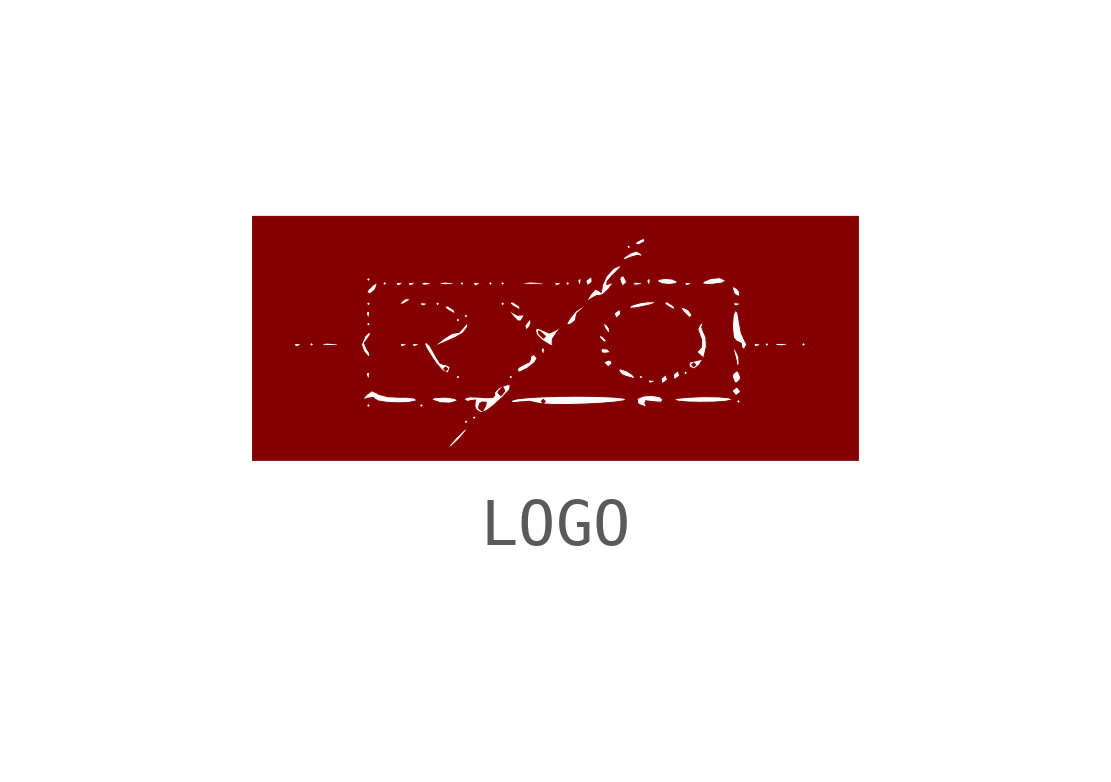
<source format=kicad_sym>
(kicad_symbol_lib
  (version 20220914)
  (generator bitmap2component)
  (symbol "LOGO"
    (pin_names
      (offset 1.016))
    (property "Reference" "#G"
      (at 0 1.905 0)
      (effects (font (size 1.27 1.27)) hide))
    (symbol "LOGO_0_0"
      (polyline (pts (xy 6.35 0) (xy 6.35 2.54) (xy 0.042 2.54) (xy -6.265 2.54) (xy -6.265 1.996) (xy 1.706 1.996) (xy 1.825 2.064) (xy 1.891 2.079) (xy 1.904 2.031) (xy 1.888 2.009) (xy 1.773 1.947) (xy 1.726 1.952) (xy 1.706 1.996) (xy -6.265 1.996) (xy -6.265 1.905) (xy 1.524 1.905) (xy 1.566 1.947) (xy 1.609 1.905) (xy 1.566 1.863) (xy 1.524 1.905) (xy -6.265 1.905) (xy -6.265 1.645) (xy 1.439 1.645) (xy 1.473 1.689) (xy 1.603 1.775) (xy 1.732 1.82) (xy 1.829 1.757) (xy 1.85 1.712) (xy 1.823 1.712) (xy 1.753 1.731) (xy 1.597 1.687) (xy 1.501 1.645) (xy 1.439 1.645) (xy -6.265 1.645) (xy -6.265 1.228) (xy -3.895 1.228) (xy -3.852 1.27) (xy -3.81 1.228) (xy -3.852 1.185) (xy -3.895 1.228) (xy -6.265 1.228) (xy -6.265 0.983) (xy -3.883 0.983) (xy -3.766 1.102) (xy -3.741 1.123) (xy -3.668 1.162) (xy -3.673 1.143) (xy -3.556 1.143) (xy -3.514 1.185) (xy -3.486 1.157) (xy -3.274 1.157) (xy -3.261 1.167) (xy -3.161 1.157) (xy -3.02 1.157) (xy -3.007 1.167) (xy -2.907 1.157) (xy -2.894 1.132) (xy -2.918 1.121) (xy -2.757 1.121) (xy -2.725 1.159) (xy -2.676 1.172) (xy -2.563 1.152) (xy -2.564 1.132) (xy -2.382 1.132) (xy -2.348 1.159) (xy -2.262 1.173) (xy -2.094 1.156) (xy -2.086 1.153) (xy -2.091 1.143) (xy -1.947 1.143) (xy -1.905 1.185) (xy -1.877 1.157) (xy -1.665 1.157) (xy -1.653 1.167) (xy -1.552 1.157) (xy -1.545 1.143) (xy -1.355 1.143) (xy -1.312 1.185) (xy -1.27 1.143) (xy -1.101 1.143) (xy -1.058 1.185) (xy -1.016 1.143) (xy -1.02 1.139) (xy -0.654 1.139) (xy -0.614 1.161) (xy -0.48 1.175) (xy -0.233 1.161) (xy -0.222 1.157) (xy 0.028 1.157) (xy 0.041 1.167) (xy 0.141 1.157) (xy 0.148 1.143) (xy 0.254 1.143) (xy 0.296 1.185) (xy 0.508 1.185) (xy 0.514 1.23) (xy 0.564 1.242) (xy 0.575 1.229) (xy 0.57 1.185) (xy 0.677 1.185) (xy 0.681 1.209) (xy 0.767 1.27) (xy 0.798 1.263) (xy 0.804 1.185) (xy 0.787 1.16) (xy 0.715 1.101) (xy 0.706 1.103) (xy 0.677 1.185) (xy 0.57 1.185) (xy 0.564 1.129) (xy 0.539 1.116) (xy 0.508 1.185) (xy 0.296 1.185) (xy 0.339 1.143) (xy 0.296 1.101) (xy 0.254 1.143) (xy 0.148 1.143) (xy 0.154 1.132) (xy 0.085 1.101) (xy 0.04 1.107) (xy 0.028 1.157) (xy -0.222 1.157) (xy -0.19 1.147) (xy -0.24 1.13) (xy -0.423 1.124) (xy -0.548 1.126) (xy -0.654 1.139) (xy -1.02 1.139) (xy -1.058 1.101) (xy -1.101 1.143) (xy -1.27 1.143) (xy -1.312 1.101) (xy -1.355 1.143) (xy -1.545 1.143) (xy -1.539 1.132) (xy -1.609 1.101) (xy -1.653 1.107) (xy -1.665 1.157) (xy -1.877 1.157) (xy -1.863 1.143) (xy -1.905 1.101) (xy -1.947 1.143) (xy -2.091 1.143) (xy -2.099 1.126) (xy -2.244 1.117) (xy -2.27 1.118) (xy -2.382 1.132) (xy -2.564 1.132) (xy -2.564 1.123) (xy -2.674 1.107) (xy -2.757 1.121) (xy -2.918 1.121) (xy -2.963 1.101) (xy -3.008 1.107) (xy -3.02 1.157) (xy -3.161 1.157) (xy -3.148 1.132) (xy -3.217 1.101) (xy -3.262 1.107) (xy -3.274 1.157) (xy -3.486 1.157) (xy -3.471 1.143) (xy -3.514 1.101) (xy -3.556 1.143) (xy -3.673 1.143) (xy -3.69 1.07) (xy -3.728 0.999) (xy -3.819 0.931) (xy -3.856 0.934) (xy -3.883 0.983) (xy -6.265 0.983) (xy -6.265 0.72) (xy -3.895 0.72) (xy -3.852 0.762) (xy -3.81 0.72) (xy -3.828 0.701) (xy -3.209 0.701) (xy -3.155 0.773) (xy -3.093 0.821) (xy -3.003 0.83) (xy -3.004 0.792) (xy -3.02 0.782) (xy 0.695 0.782) (xy 0.767 0.907) (xy 0.871 1.026) (xy 0.948 0.992) (xy 0.994 0.958) (xy 1.015 1.066) (xy 1.02 1.111) (xy 1.103 1.295) (xy 1.248 1.455) (xy 1.395 1.524) (xy 1.396 1.524) (xy 1.391 1.477) (xy 1.283 1.366) (xy 1.217 1.304) (xy 1.152 1.224) (xy 1.383 1.224) (xy 1.392 1.278) (xy 1.453 1.304) (xy 1.463 1.297) (xy 1.521 1.185) (xy 1.947 1.185) (xy 1.953 1.23) (xy 2.004 1.242) (xy 2.014 1.229) (xy 2.01 1.185) (xy 2.159 1.185) (xy 2.188 1.228) (xy 2.331 1.249) (xy 2.477 1.234) (xy 2.582 1.185) (xy 2.563 1.157) (xy 2.737 1.157) (xy 2.75 1.167) (xy 2.85 1.157) (xy 2.861 1.137) (xy 3.096 1.137) (xy 3.134 1.188) (xy 3.275 1.247) (xy 3.465 1.264) (xy 3.585 1.206) (xy 3.587 1.195) (xy 3.505 1.152) (xy 3.316 1.126) (xy 3.209 1.122) (xy 3.096 1.137) (xy 2.861 1.137) (xy 2.864 1.132) (xy 2.794 1.101) (xy 2.749 1.107) (xy 2.737 1.157) (xy 2.563 1.157) (xy 2.554 1.143) (xy 2.41 1.122) (xy 2.264 1.137) (xy 2.159 1.185) (xy 2.01 1.185) (xy 2.004 1.129) (xy 1.978 1.116) (xy 1.947 1.185) (xy 1.521 1.185) (xy 1.524 1.18) (xy 1.523 1.165) (xy 1.475 1.121) (xy 1.645 1.121) (xy 1.677 1.159) (xy 1.726 1.172) (xy 1.84 1.152) (xy 1.838 1.123) (xy 1.729 1.107) (xy 1.645 1.121) (xy 1.475 1.121) (xy 1.453 1.101) (xy 1.422 1.114) (xy 1.383 1.224) (xy 1.152 1.224) (xy 1.118 1.183) (xy 1.111 1.121) (xy 1.206 1.153) (xy 1.213 1.156) (xy 1.232 1.139) (xy 1.163 1.047) (xy 3.725 1.047) (xy 3.74 1.082) (xy 3.825 1.034) (xy 3.87 0.977) (xy 3.882 0.89) (xy 3.851 0.875) (xy 3.767 0.923) (xy 3.725 1.047) (xy 1.163 1.047) (xy 1.151 1.03) (xy 1.025 0.913) (xy 0.947 0.888) (xy 0.9 0.893) (xy 0.777 0.825) (xy 0.719 0.779) (xy 0.695 0.782) (xy -3.02 0.782) (xy -3.095 0.734) (xy -2.766 0.734) (xy -2.753 0.744) (xy -2.653 0.734) (xy -2.646 0.72) (xy -2.455 0.72) (xy -2.413 0.762) (xy -2.371 0.72) (xy -1.101 0.72) (xy -1.058 0.762) (xy -1.024 0.728) (xy -0.906 0.728) (xy -0.873 0.761) (xy -0.843 0.758) (xy -0.72 0.677) (xy -0.694 0.63) (xy -0.712 0.601) (xy -0.847 0.677) (xy -0.906 0.728) (xy -1.024 0.728) (xy -1.016 0.72) (xy -1.058 0.677) (xy -1.101 0.72) (xy -2.371 0.72) (xy -2.413 0.677) (xy -2.455 0.72) (xy -2.646 0.72) (xy -2.64 0.708) (xy -2.709 0.677) (xy -2.754 0.683) (xy -2.766 0.734) (xy -3.095 0.734) (xy -3.108 0.725) (xy -3.124 0.719) (xy -3.209 0.701) (xy -3.828 0.701) (xy -3.852 0.677) (xy -3.895 0.72) (xy -6.265 0.72) (xy -6.265 0.643) (xy -2.261 0.643) (xy -2.228 0.676) (xy -2.198 0.673) (xy -2.075 0.593) (xy -0.928 0.593) (xy -0.839 0.53) (xy -0.748 0.481) (xy -0.635 0.488) (xy -0.608 0.505) (xy -0.626 0.445) (xy -0.68 0.364) (xy -0.747 0.362) (xy -0.858 0.487) (xy -0.901 0.543) (xy -0.928 0.593) (xy -2.075 0.593) (xy -2.074 0.593) (xy -2.048 0.545) (xy -2.066 0.517) (xy -2.201 0.593) (xy -2.261 0.643) (xy -6.265 0.643) (xy -6.265 0.508) (xy -3.895 0.508) (xy -3.889 0.553) (xy -3.838 0.565) (xy -3.828 0.552) (xy -3.837 0.466) (xy -1.863 0.466) (xy -1.82 0.508) (xy -1.778 0.466) (xy -1.82 0.423) (xy -1.863 0.466) (xy -3.837 0.466) (xy -3.838 0.452) (xy -3.864 0.438) (xy -3.895 0.508) (xy -6.265 0.508) (xy -6.265 0.381) (xy -2.032 0.381) (xy -1.99 0.423) (xy -1.947 0.381) (xy -1.99 0.339) (xy -2.032 0.381) (xy -6.265 0.381) (xy -6.265 0.296) (xy -3.895 0.296) (xy -3.852 0.339) (xy -3.81 0.296) (xy -3.852 0.254) (xy -3.895 0.296) (xy -6.265 0.296) (xy -6.265 0) (xy -6.265 -0.113) (xy -5.391 -0.113) (xy -5.378 -0.103) (xy -5.278 -0.113) (xy -5.27 -0.127) (xy -5.08 -0.127) (xy -5.038 -0.085) (xy -4.995 -0.127) (xy -5.004 -0.136) (xy -4.831 -0.136) (xy -4.805 -0.111) (xy -4.723 -0.098) (xy -4.508 -0.111) (xy -4.484 -0.119) (xy -4.495 -0.131) (xy -3.999 -0.131) (xy -3.927 0.042) (xy -3.849 0.123) (xy -3.81 0.106) (xy -3.814 0.075) (xy -3.899 -0.045) (xy -3.939 -0.094) (xy -3.932 -0.113) (xy -3.189 -0.113) (xy -3.177 -0.103) (xy -3.076 -0.113) (xy -2.935 -0.113) (xy -2.923 -0.103) (xy -2.845 -0.111) (xy -2.684 -0.111) (xy -2.65 -0.085) (xy -2.646 -0.085) (xy -2.564 -0.165) (xy -2.56 -0.174) (xy -2.498 -0.174) (xy -2.288 -0.009) (xy -2.281 -0.003) (xy -2.12 0.098) (xy -2.018 0.119) (xy -1.966 0.126) (xy -1.871 0.231) (xy -1.815 0.304) (xy -1.781 0.286) (xy -1.788 0.249) (xy -0.593 0.249) (xy -0.59 0.272) (xy -0.509 0.381) (xy -0.47 0.388) (xy -0.475 0.307) (xy 0.277 0.307) (xy 0.356 0.438) (xy 0.465 0.567) (xy 0.6 0.656) (xy 0.642 0.654) (xy 0.613 0.629) (xy 1.571 0.629) (xy 1.609 0.676) (xy 1.657 0.7) (xy 1.807 0.74) (xy 1.972 0.763) (xy 2.093 0.762) (xy 2.11 0.732) (xy 2.103 0.728) (xy 2.103 0.728) (xy 2.311 0.728) (xy 2.345 0.761) (xy 2.374 0.758) (xy 2.411 0.734) (xy 3.753 0.734) (xy 3.766 0.744) (xy 3.866 0.734) (xy 3.88 0.708) (xy 3.81 0.677) (xy 3.765 0.683) (xy 3.753 0.734) (xy 2.411 0.734) (xy 2.498 0.677) (xy 2.513 0.65) (xy 2.648 0.65) (xy 2.74 0.628) (xy 2.811 0.59) (xy 2.879 0.499) (xy 2.876 0.462) (xy 2.827 0.435) (xy 2.708 0.552) (xy 2.687 0.577) (xy 2.648 0.65) (xy 2.513 0.65) (xy 2.524 0.63) (xy 2.506 0.601) (xy 2.371 0.677) (xy 2.311 0.728) (xy 2.103 0.728) (xy 1.984 0.691) (xy 1.778 0.647) (xy 1.684 0.632) (xy 1.571 0.629) (xy 0.613 0.629) (xy 0.57 0.592) (xy 0.489 0.522) (xy 0.485 0.508) (xy 1.27 0.508) (xy 1.273 0.531) (xy 1.36 0.593) (xy 1.39 0.586) (xy 1.397 0.508) (xy 1.38 0.483) (xy 1.307 0.423) (xy 1.299 0.426) (xy 1.27 0.508) (xy 0.485 0.508) (xy 0.463 0.427) (xy 0.465 0.381) (xy 0.402 0.33) (xy 1.04 0.33) (xy 1.111 0.277) (xy 1.159 0.214) (xy 1.169 0.125) (xy 1.131 0.126) (xy 1.064 0.229) (xy 1.058 0.245) (xy 1.04 0.33) (xy 0.402 0.33) (xy 0.369 0.303) (xy 0.302 0.281) (xy 0.277 0.307) (xy -0.475 0.307) (xy -0.476 0.301) (xy -0.503 0.239) (xy -0.559 0.179) (xy -0.375 0.179) (xy -0.331 0.213) (xy -0.204 0.163) (xy -0.086 0.109) (xy 0.064 0.179) (xy 0.148 0.242) (xy 0.161 0.237) (xy 0.063 0.119) (xy 0.026 0.06) (xy 0.945 0.06) (xy 1.003 0.051) (xy 1.04 0.024) (xy 1.101 -0.047) (xy 1.1 -0.059) (xy 1.051 -0.078) (xy 0.966 0.013) (xy 0.945 0.06) (xy 0.026 0.06) (xy -0.022 -0.015) (xy -0.028 -0.113) (xy -0.024 -0.117) (xy 0.005 -0.169) (xy -0.076 -0.138) (xy -0.237 -0.036) (xy -0.352 0.077) (xy -0.375 0.179) (xy -0.559 0.179) (xy -0.566 0.172) (xy -0.593 0.249) (xy -1.788 0.249) (xy -1.79 0.237) (xy -1.884 0.112) (xy -2.031 0.027) (xy -2.244 -0.07) (xy -2.498 -0.174) (xy -2.56 -0.174) (xy -2.515 -0.254) (xy -0.254 -0.254) (xy -0.248 -0.209) (xy -0.198 -0.198) (xy -0.187 -0.21) (xy -0.19 -0.238) (xy 0.983 -0.238) (xy 1.014 -0.215) (xy 1.122 -0.221) (xy 1.185 -0.287) (xy 1.181 -0.291) (xy 2.992 -0.291) (xy 3.013 -0.255) (xy 3.015 -0.255) (xy 3.082 -0.184) (xy 3.084 -0.028) (xy 3.021 0.144) (xy 3.005 0.191) (xy 3.06 0.304) (xy 3.106 0.325) (xy 3.102 0.273) (xy 3.096 0.258) (xy 3.725 0.258) (xy 3.745 0.489) (xy 3.788 0.585) (xy 3.837 0.535) (xy 3.871 0.329) (xy 3.909 0.116) (xy 3.981 -0.044) (xy 4.022 -0.113) (xy 4.177 -0.113) (xy 4.189 -0.103) (xy 4.29 -0.113) (xy 4.297 -0.127) (xy 4.403 -0.127) (xy 4.445 -0.085) (xy 4.487 -0.127) (xy 4.47 -0.144) (xy 4.625 -0.144) (xy 4.636 -0.113) (xy 4.674 -0.102) (xy 4.847 -0.113) (xy 4.854 -0.127) (xy 5.165 -0.127) (xy 5.207 -0.085) (xy 5.249 -0.127) (xy 5.207 -0.169) (xy 5.165 -0.127) (xy 4.854 -0.127) (xy 4.862 -0.143) (xy 4.741 -0.156) (xy 4.625 -0.144) (xy 4.47 -0.144) (xy 4.445 -0.169) (xy 4.403 -0.127) (xy 4.297 -0.127) (xy 4.303 -0.138) (xy 4.233 -0.169) (xy 4.189 -0.163) (xy 4.177 -0.113) (xy 4.022 -0.113) (xy 4.026 -0.12) (xy 3.981 -0.21) (xy 3.941 -0.224) (xy 3.914 -0.154) (xy 3.913 -0.106) (xy 3.831 -0.064) (xy 3.821 -0.065) (xy 3.749 0.013) (xy 3.725 0.254) (xy 3.725 0.258) (xy 3.096 0.258) (xy 3.086 0.234) (xy 3.125 0.132) (xy 3.175 0.024) (xy 3.184 -0.172) (xy 3.184 -0.174) (xy 3.739 -0.174) (xy 3.81 -0.278) (xy 3.858 -0.384) (xy 3.865 -0.532) (xy 3.837 -0.586) (xy 3.817 -0.536) (xy 3.807 -0.465) (xy 3.761 -0.282) (xy 3.741 -0.215) (xy 3.739 -0.174) (xy 3.184 -0.174) (xy 3.184 -0.176) (xy 3.133 -0.385) (xy 3.121 -0.407) (xy 3.048 -0.339) (xy 2.992 -0.291) (xy 1.181 -0.291) (xy 1.173 -0.297) (xy 1.062 -0.31) (xy 1.008 -0.301) (xy 0.983 -0.238) (xy -0.19 -0.238) (xy -0.198 -0.31) (xy -0.223 -0.324) (xy -0.254 -0.254) (xy -2.515 -0.254) (xy -2.469 -0.339) (xy -2.458 -0.362) (xy -2.363 -0.512) (xy -2.285 -0.549) (xy -2.26 -0.54) (xy -2.163 -0.585) (xy -2.152 -0.612) (xy -2.176 -0.671) (xy -0.762 -0.671) (xy -0.731 -0.608) (xy -0.594 -0.533) (xy -0.501 -0.491) (xy -0.472 -0.414) (xy -0.482 -0.389) (xy -0.428 -0.339) (xy -0.404 -0.341) (xy -0.339 -0.413) (xy -0.388 -0.489) (xy 1.061 -0.489) (xy 1.143 -0.452) (xy 1.194 -0.46) (xy 1.219 -0.522) (xy 1.211 -0.535) (xy 1.177 -0.563) (xy 2.822 -0.563) (xy 2.831 -0.497) (xy 2.84 -0.495) (xy 2.963 -0.466) (xy 2.974 -0.463) (xy 3.106 -0.434) (xy 3.121 -0.407) (xy 3.125 -0.412) (xy 3.111 -0.433) (xy 3.106 -0.434) (xy 3.038 -0.552) (xy 2.93 -0.637) (xy 2.841 -0.601) (xy 2.822 -0.563) (xy 1.177 -0.563) (xy 1.143 -0.593) (xy 1.137 -0.592) (xy 1.067 -0.522) (xy 1.061 -0.489) (xy -0.388 -0.489) (xy -0.399 -0.506) (xy -0.55 -0.627) (xy -0.634 -0.668) (xy 1.355 -0.668) (xy 1.389 -0.634) (xy 1.524 -0.677) (xy 1.629 -0.742) (xy 1.69 -0.804) (xy 1.778 -0.804) (xy 1.82 -0.762) (xy 1.863 -0.804) (xy 1.82 -0.847) (xy 2.244 -0.847) (xy 2.261 -0.821) (xy 2.333 -0.762) (xy 2.498 -0.762) (xy 2.515 -0.737) (xy 2.587 -0.677) (xy 2.596 -0.679) (xy 2.61 -0.72) (xy 2.709 -0.72) (xy 2.752 -0.677) (xy 2.794 -0.72) (xy 2.752 -0.762) (xy 2.709 -0.72) (xy 2.61 -0.72) (xy 2.625 -0.762) (xy 2.621 -0.785) (xy 2.594 -0.804) (xy 3.725 -0.804) (xy 3.735 -0.746) (xy 3.81 -0.677) (xy 3.849 -0.692) (xy 3.895 -0.804) (xy 3.885 -0.863) (xy 3.81 -0.931) (xy 3.771 -0.917) (xy 3.725 -0.804) (xy 2.594 -0.804) (xy 2.535 -0.847) (xy 2.504 -0.84) (xy 2.498 -0.762) (xy 2.333 -0.762) (xy 2.342 -0.764) (xy 2.371 -0.847) (xy 2.367 -0.87) (xy 2.281 -0.931) (xy 2.25 -0.925) (xy 2.244 -0.847) (xy 1.82 -0.847) (xy 1.778 -0.804) (xy 1.69 -0.804) (xy 1.693 -0.807) (xy 1.672 -0.837) (xy 1.639 -0.826) (xy 1.503 -0.788) (xy 1.424 -0.755) (xy 1.355 -0.668) (xy -0.634 -0.668) (xy -0.704 -0.703) (xy -0.762 -0.671) (xy -2.176 -0.671) (xy -2.193 -0.715) (xy -2.202 -0.719) (xy -2.305 -0.674) (xy -2.435 -0.53) (xy -2.526 -0.397) (xy -2.647 -0.206) (xy -2.684 -0.111) (xy -2.845 -0.111) (xy -2.822 -0.113) (xy -2.809 -0.138) (xy -2.879 -0.169) (xy -2.924 -0.163) (xy -2.935 -0.113) (xy -3.076 -0.113) (xy -3.063 -0.138) (xy -3.133 -0.169) (xy -3.178 -0.163) (xy -3.189 -0.113) (xy -3.932 -0.113) (xy -3.887 -0.221) (xy -3.837 -0.294) (xy -3.822 -0.379) (xy -3.863 -0.371) (xy -3.951 -0.267) (xy -3.999 -0.131) (xy -4.495 -0.131) (xy -4.503 -0.141) (xy -4.657 -0.15) (xy -4.714 -0.149) (xy -4.831 -0.136) (xy -5.004 -0.136) (xy -5.038 -0.169) (xy -5.08 -0.127) (xy -5.27 -0.127) (xy -5.264 -0.138) (xy -5.334 -0.169) (xy -5.379 -0.163) (xy -5.391 -0.113) (xy -6.265 -0.113) (xy -6.265 -0.762) (xy -3.895 -0.762) (xy -3.889 -0.717) (xy -3.838 -0.706) (xy -3.828 -0.718) (xy -3.837 -0.804) (xy -2.032 -0.804) (xy -1.99 -0.762) (xy -1.947 -0.804) (xy -0.931 -0.804) (xy -0.889 -0.762) (xy -0.847 -0.804) (xy -0.889 -0.847) (xy -0.931 -0.804) (xy -1.947 -0.804) (xy -1.99 -0.847) (xy -2.032 -0.804) (xy -3.837 -0.804) (xy -3.838 -0.818) (xy -3.864 -0.832) (xy -3.895 -0.762) (xy -6.265 -0.762) (xy -6.265 -0.875) (xy 1.976 -0.875) (xy 1.988 -0.865) (xy 2.088 -0.875) (xy 2.102 -0.9) (xy 2.032 -0.931) (xy 1.987 -0.925) (xy 1.976 -0.875) (xy -6.265 -0.875) (xy -6.265 -1.265) (xy -3.97 -1.265) (xy -3.894 -1.172) (xy -3.782 -1.091) (xy -3.672 -1.141) (xy -3.63 -1.168) (xy -3.441 -1.215) (xy -3.186 -1.226) (xy -3.062 -1.224) (xy -2.892 -1.244) (xy -2.864 -1.27) (xy -2.534 -1.27) (xy -2.479 -1.235) (xy -2.293 -1.224) (xy -2.221 -1.226) (xy -2.052 -1.25) (xy -2.033 -1.266) (xy -1.863 -1.266) (xy -1.855 -1.249) (xy -1.74 -1.217) (xy -1.519 -1.226) (xy -1.437 -1.235) (xy -1.265 -1.232) (xy -1.224 -1.191) (xy -1.23 -1.127) (xy -1.133 -1.026) (xy -0.953 -0.962) (xy -0.903 -0.968) (xy -0.91 -1.055) (xy -0.926 -1.079) (xy -0.946 -1.101) (xy 3.725 -1.101) (xy 3.728 -1.08) (xy 3.81 -1.016) (xy 3.83 -1.018) (xy 3.895 -1.101) (xy 3.892 -1.121) (xy 3.81 -1.185) (xy 3.79 -1.183) (xy 3.725 -1.101) (xy -0.946 -1.101) (xy -1.054 -1.218) (xy -1.185 -1.336) (xy -0.891 -1.336) (xy -0.858 -1.287) (xy -0.753 -1.259) (xy -0.519 -1.234) (xy -0.198 -1.217) (xy 0.175 -1.207) (xy 0.563 -1.204) (xy 0.928 -1.209) (xy 1.235 -1.222) (xy 1.446 -1.242) (xy 1.5 -1.263) (xy 1.74 -1.263) (xy 1.75 -1.251) (xy 1.873 -1.199) (xy 2.053 -1.188) (xy 2.215 -1.215) (xy 2.279 -1.273) (xy 2.502 -1.273) (xy 2.59 -1.248) (xy 2.802 -1.227) (xy 3.099 -1.214) (xy 3.151 -1.214) (xy 3.442 -1.218) (xy 3.648 -1.238) (xy 3.725 -1.27) (xy 3.708 -1.285) (xy 3.572 -1.311) (xy 3.552 -1.312) (xy 3.81 -1.312) (xy 3.852 -1.27) (xy 3.895 -1.312) (xy 3.852 -1.355) (xy 3.81 -1.312) (xy 3.552 -1.312) (xy 3.341 -1.327) (xy 3.067 -1.331) (xy 2.802 -1.325) (xy 2.597 -1.307) (xy 2.502 -1.277) (xy 2.502 -1.273) (xy 2.279 -1.273) (xy 2.286 -1.279) (xy 2.239 -1.331) (xy 2.067 -1.318) (xy 1.922 -1.299) (xy 1.903 -1.351) (xy 1.928 -1.394) (xy 1.922 -1.427) (xy 1.799 -1.383) (xy 1.758 -1.357) (xy 1.74 -1.263) (xy 1.5 -1.263) (xy 1.524 -1.272) (xy 1.462 -1.3) (xy 1.268 -1.328) (xy 0.983 -1.351) (xy 0.648 -1.368) (xy 0.305 -1.377) (xy -0.006 -1.376) (xy -0.243 -1.363) (xy -0.365 -1.339) (xy -0.503 -1.311) (xy -0.716 -1.325) (xy -0.772 -1.334) (xy -0.891 -1.336) (xy -1.185 -1.336) (xy -1.239 -1.386) (xy -1.389 -1.501) (xy -1.512 -1.548) (xy -1.598 -1.494) (xy -1.637 -1.426) (xy -1.629 -1.312) (xy -1.621 -1.282) (xy -1.714 -1.296) (xy -1.799 -1.312) (xy -1.863 -1.266) (xy -2.033 -1.266) (xy -2.003 -1.291) (xy -2.017 -1.307) (xy -2.155 -1.348) (xy -2.35 -1.341) (xy -2.517 -1.286) (xy -2.534 -1.27) (xy -2.864 -1.27) (xy -2.846 -1.286) (xy -2.871 -1.305) (xy -3.018 -1.335) (xy -3.237 -1.343) (xy -3.468 -1.332) (xy -3.651 -1.303) (xy -3.725 -1.258) (xy -3.751 -1.23) (xy -3.871 -1.246) (xy -3.917 -1.263) (xy -3.97 -1.265) (xy -6.265 -1.265) (xy -6.265 -1.397) (xy -3.895 -1.397) (xy -3.852 -1.355) (xy -3.81 -1.397) (xy -2.794 -1.397) (xy -2.752 -1.355) (xy -2.709 -1.397) (xy -2.752 -1.439) (xy -2.794 -1.397) (xy -3.81 -1.397) (xy -3.852 -1.439) (xy -3.895 -1.397) (xy -6.265 -1.397) (xy -6.265 -1.651) (xy -1.693 -1.651) (xy -1.651 -1.609) (xy -1.609 -1.651) (xy -1.651 -1.693) (xy -1.693 -1.651) (xy -6.265 -1.651) (xy -6.265 -1.736) (xy -1.863 -1.736) (xy -1.82 -1.693) (xy -1.778 -1.736) (xy -1.82 -1.778) (xy -1.863 -1.736) (xy -6.265 -1.736) (xy -6.265 -2.284) (xy -2.192 -2.284) (xy -2.153 -2.214) (xy -2.032 -2.074) (xy -2.012 -2.054) (xy -1.871 -1.918) (xy -1.791 -1.863) (xy -1.787 -1.864) (xy -1.827 -1.934) (xy -1.947 -2.074) (xy -1.967 -2.095) (xy -2.108 -2.231) (xy -2.188 -2.286) (xy -2.192 -2.284) (xy -6.265 -2.284) (xy -6.265 -2.54) (xy 0.042 -2.54) (xy 6.35 -2.54) (xy 6.35 0)) (stroke (width 0.01) (type default)) (fill (type outline)))
      (polyline (pts (xy -1.41 -1.401) (xy -1.4 -1.33) (xy -1.486 -1.325) (xy -1.539 -1.358) (xy -1.561 -1.448) (xy -1.545 -1.472) (xy -1.476 -1.515) (xy -1.41 -1.401)) (stroke (width 0.01) (type default)) (fill (type outline)))
      (polyline (pts (xy -1.081 -1.182) (xy -1.016 -1.101) (xy -1.017 -1.081) (xy -1.053 -1.016) (xy -1.067 -1.02) (xy -1.143 -1.101) (xy -1.156 -1.133) (xy -1.106 -1.185) (xy -1.081 -1.182)) (stroke (width 0.01) (type default)) (fill (type outline)))
      (polyline (pts (xy -0.169 -1.312) (xy -0.212 -1.27) (xy -0.254 -1.312) (xy -0.212 -1.355) (xy -0.169 -1.312)) (stroke (width 0.01) (type default)) (fill (type outline)))
      (polyline (pts (xy -2.201 -0.635) (xy -2.244 -0.593) (xy -2.286 -0.635) (xy -2.244 -0.677) (xy -2.201 -0.635)) (stroke (width 0.01) (type default)) (fill (type outline)))
      (polyline (pts (xy 2.963 -0.55) (xy 2.921 -0.508) (xy 2.879 -0.55) (xy 2.921 -0.593) (xy 2.963 -0.55)) (stroke (width 0.01) (type default)) (fill (type outline)))
      (polyline (pts (xy -0.169 0.037) (xy -0.177 0.056) (xy -0.267 0.135) (xy -0.314 0.156) (xy -0.304 0.098) (xy -0.293 0.081) (xy -0.209 0.003) (xy -0.169 0.037)) (stroke (width 0.01) (type default)) (fill (type outline))))))
</source>
